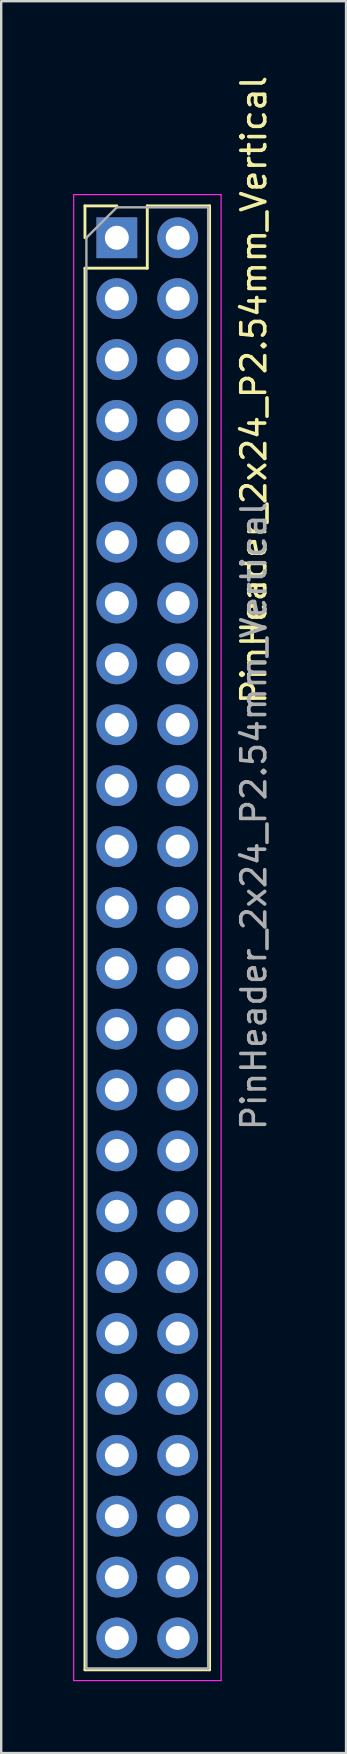
<source format=kicad_pcb>
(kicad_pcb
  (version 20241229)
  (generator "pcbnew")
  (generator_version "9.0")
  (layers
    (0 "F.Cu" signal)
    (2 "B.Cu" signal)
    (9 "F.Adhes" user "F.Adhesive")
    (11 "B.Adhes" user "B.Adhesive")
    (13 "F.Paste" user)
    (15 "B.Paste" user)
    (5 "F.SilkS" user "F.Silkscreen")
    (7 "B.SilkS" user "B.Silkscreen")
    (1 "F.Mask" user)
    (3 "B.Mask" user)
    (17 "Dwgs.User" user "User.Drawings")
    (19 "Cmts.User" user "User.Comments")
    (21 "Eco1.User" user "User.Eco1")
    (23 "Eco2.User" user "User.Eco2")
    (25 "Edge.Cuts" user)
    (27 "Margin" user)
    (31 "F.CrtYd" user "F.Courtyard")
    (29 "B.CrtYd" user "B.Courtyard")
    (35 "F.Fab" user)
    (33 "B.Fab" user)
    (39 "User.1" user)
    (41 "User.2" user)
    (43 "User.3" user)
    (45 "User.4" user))
  (footprint "PinHeader_2x24_P2.54mm_Vertical"
    (layer "F.Cu")
    (at 1.825 6.87)
    (property "Reference" "PinHeader_2x24_P2.54mm_Vertical" (at 5.715 6.35 270) (layer "F.SilkS") (effects (font (size 1 1) (thickness 0.15))))
    (attr through_hole)
    (fp_line (start -1.33 -1.33) (end 0 -1.33) (stroke (width 0.12) (type solid)) (layer "F.SilkS"))
    (fp_line (start -1.33 0) (end -1.33 -1.33) (stroke (width 0.12) (type solid)) (layer "F.SilkS"))
    (fp_line (start -1.33 1.27) (end -1.33 59.75) (stroke (width 0.12) (type solid)) (layer "F.SilkS"))
    (fp_line (start -1.33 1.27) (end 1.27 1.27) (stroke (width 0.12) (type solid)) (layer "F.SilkS"))
    (fp_line (start -1.33 59.75) (end 3.87 59.75) (stroke (width 0.12) (type solid)) (layer "F.SilkS"))
    (fp_line (start 1.27 -1.33) (end 3.87 -1.33) (stroke (width 0.12) (type solid)) (layer "F.SilkS"))
    (fp_line (start 1.27 1.27) (end 1.27 -1.33) (stroke (width 0.12) (type solid)) (layer "F.SilkS"))
    (fp_line (start 3.87 -1.33) (end 3.87 59.75) (stroke (width 0.12) (type solid)) (layer "F.SilkS"))
    (fp_line (start -1.8 -1.8) (end -1.8 60.2) (stroke (width 0.05) (type solid)) (layer "F.CrtYd"))
    (fp_line (start -1.8 60.2) (end 4.35 60.2) (stroke (width 0.05) (type solid)) (layer "F.CrtYd"))
    (fp_line (start 4.35 -1.8) (end -1.8 -1.8) (stroke (width 0.05) (type solid)) (layer "F.CrtYd"))
    (fp_line (start 4.35 60.2) (end 4.35 -1.8) (stroke (width 0.05) (type solid)) (layer "F.CrtYd"))
    (fp_line (start -1.27 0) (end 0 -1.27) (stroke (width 0.1) (type solid)) (layer "F.Fab"))
    (fp_line (start -1.27 59.69) (end -1.27 0) (stroke (width 0.1) (type solid)) (layer "F.Fab"))
    (fp_line (start 0 -1.27) (end 3.81 -1.27) (stroke (width 0.1) (type solid)) (layer "F.Fab"))
    (fp_line (start 3.81 -1.27) (end 3.81 59.69) (stroke (width 0.1) (type solid)) (layer "F.Fab"))
    (fp_line (start 3.81 59.69) (end -1.27 59.69) (stroke (width 0.1) (type solid)) (layer "F.Fab"))
    (fp_text user "${REFERENCE}" (at 5.715 24.13 90) (layer "F.Fab") (effects (font (size 1 1) (thickness 0.15))))
    (pad "45" thru_hole oval (at 0 55.88) (size 1.7 1.7) (drill 1) (layers "*.Cu" "*.Mask"))
    (pad "46" thru_hole oval (at 2.54 55.88) (size 1.7 1.7) (drill 1) (layers "*.Cu" "*.Mask"))
    (pad "47" thru_hole oval (at 0 58.42) (size 1.7 1.7) (drill 1) (layers "*.Cu" "*.Mask"))
    (pad "48" thru_hole oval (at 2.54 58.42) (size 1.7 1.7) (drill 1) (layers "*.Cu" "*.Mask"))
    (pad "a1" thru_hole oval (at 2.54 0) (size 1.7 1.7) (drill 1) (layers "*.Cu" "*.Mask"))
    (pad "a2" thru_hole oval (at 2.54 2.54) (size 1.7 1.7) (drill 1) (layers "*.Cu" "*.Mask"))
    (pad "a3" thru_hole oval (at 2.54 5.08) (size 1.7 1.7) (drill 1) (layers "*.Cu" "*.Mask"))
    (pad "a4" thru_hole oval (at 2.54 7.62) (size 1.7 1.7) (drill 1) (layers "*.Cu" "*.Mask"))
    (pad "a5" thru_hole oval (at 2.54 10.16) (size 1.7 1.7) (drill 1) (layers "*.Cu" "*.Mask"))
    (pad "a6" thru_hole oval (at 2.54 12.7) (size 1.7 1.7) (drill 1) (layers "*.Cu" "*.Mask"))
    (pad "a7" thru_hole oval (at 2.54 15.24) (size 1.7 1.7) (drill 1) (layers "*.Cu" "*.Mask"))
    (pad "a8" thru_hole oval (at 2.54 17.78) (size 1.7 1.7) (drill 1) (layers "*.Cu" "*.Mask"))
    (pad "a9" thru_hole oval (at 2.54 20.32) (size 1.7 1.7) (drill 1) (layers "*.Cu" "*.Mask"))
    (pad "a10" thru_hole oval (at 2.54 22.86) (size 1.7 1.7) (drill 1) (layers "*.Cu" "*.Mask"))
    (pad "a11" thru_hole oval (at 2.54 25.4) (size 1.7 1.7) (drill 1) (layers "*.Cu" "*.Mask"))
    (pad "a12" thru_hole oval (at 2.54 27.94) (size 1.7 1.7) (drill 1) (layers "*.Cu" "*.Mask"))
    (pad "a13" thru_hole oval (at 2.54 30.48) (size 1.7 1.7) (drill 1) (layers "*.Cu" "*.Mask"))
    (pad "a14" thru_hole oval (at 2.54 33.02) (size 1.7 1.7) (drill 1) (layers "*.Cu" "*.Mask"))
    (pad "a15" thru_hole oval (at 2.54 35.56) (size 1.7 1.7) (drill 1) (layers "*.Cu" "*.Mask"))
    (pad "a16" thru_hole oval (at 2.54 38.1) (size 1.7 1.7) (drill 1) (layers "*.Cu" "*.Mask"))
    (pad "a17" thru_hole oval (at 2.54 40.64) (size 1.7 1.7) (drill 1) (layers "*.Cu" "*.Mask"))
    (pad "a18" thru_hole oval (at 2.54 43.18) (size 1.7 1.7) (drill 1) (layers "*.Cu" "*.Mask"))
    (pad "a19" thru_hole oval (at 2.54 45.72) (size 1.7 1.7) (drill 1) (layers "*.Cu" "*.Mask"))
    (pad "a20" thru_hole oval (at 2.54 48.26) (size 1.7 1.7) (drill 1) (layers "*.Cu" "*.Mask"))
    (pad "a21" thru_hole oval (at 2.54 50.8) (size 1.7 1.7) (drill 1) (layers "*.Cu" "*.Mask"))
    (pad "a22" thru_hole oval (at 2.54 53.34) (size 1.7 1.7) (drill 1) (layers "*.Cu" "*.Mask"))
    (pad "b1" thru_hole rect (at 0 0) (size 1.7 1.7) (drill 1) (layers "*.Cu" "*.Mask"))
    (pad "b2" thru_hole oval (at 0 2.54) (size 1.7 1.7) (drill 1) (layers "*.Cu" "*.Mask"))
    (pad "b3" thru_hole oval (at 0 5.08) (size 1.7 1.7) (drill 1) (layers "*.Cu" "*.Mask"))
    (pad "b4" thru_hole oval (at 0 7.62) (size 1.7 1.7) (drill 1) (layers "*.Cu" "*.Mask"))
    (pad "b5" thru_hole oval (at 0 10.16) (size 1.7 1.7) (drill 1) (layers "*.Cu" "*.Mask"))
    (pad "b6" thru_hole oval (at 0 12.7) (size 1.7 1.7) (drill 1) (layers "*.Cu" "*.Mask"))
    (pad "b7" thru_hole oval (at 0 15.24) (size 1.7 1.7) (drill 1) (layers "*.Cu" "*.Mask"))
    (pad "b8" thru_hole oval (at 0 17.78) (size 1.7 1.7) (drill 1) (layers "*.Cu" "*.Mask"))
    (pad "b9" thru_hole oval (at 0 20.32) (size 1.7 1.7) (drill 1) (layers "*.Cu" "*.Mask"))
    (pad "b10" thru_hole oval (at 0 22.86) (size 1.7 1.7) (drill 1) (layers "*.Cu" "*.Mask"))
    (pad "b11" thru_hole oval (at 0 25.4) (size 1.7 1.7) (drill 1) (layers "*.Cu" "*.Mask"))
    (pad "b12" thru_hole oval (at 0 27.94) (size 1.7 1.7) (drill 1) (layers "*.Cu" "*.Mask"))
    (pad "b13" thru_hole oval (at 0 30.48) (size 1.7 1.7) (drill 1) (layers "*.Cu" "*.Mask"))
    (pad "b14" thru_hole oval (at 0 33.02) (size 1.7 1.7) (drill 1) (layers "*.Cu" "*.Mask"))
    (pad "b15" thru_hole oval (at 0 35.56) (size 1.7 1.7) (drill 1) (layers "*.Cu" "*.Mask"))
    (pad "b16" thru_hole oval (at 0 38.1) (size 1.7 1.7) (drill 1) (layers "*.Cu" "*.Mask"))
    (pad "b17" thru_hole oval (at 0 40.64) (size 1.7 1.7) (drill 1) (layers "*.Cu" "*.Mask"))
    (pad "b18" thru_hole oval (at 0 43.18) (size 1.7 1.7) (drill 1) (layers "*.Cu" "*.Mask"))
    (pad "b19" thru_hole oval (at 0 45.72) (size 1.7 1.7) (drill 1) (layers "*.Cu" "*.Mask"))
    (pad "b20" thru_hole oval (at 0 48.26) (size 1.7 1.7) (drill 1) (layers "*.Cu" "*.Mask"))
    (pad "b21" thru_hole oval (at 0 50.8) (size 1.7 1.7) (drill 1) (layers "*.Cu" "*.Mask"))
    (pad "b22" thru_hole oval (at 0 53.34) (size 1.7 1.7) (drill 1) (layers "*.Cu" "*.Mask")))
  (gr_rect
    (start -3 -3)
    (end 11.388 70.095)
    (stroke (width 0.1) (type default))
    (fill no)
    (layer "Edge.Cuts")))
</source>
